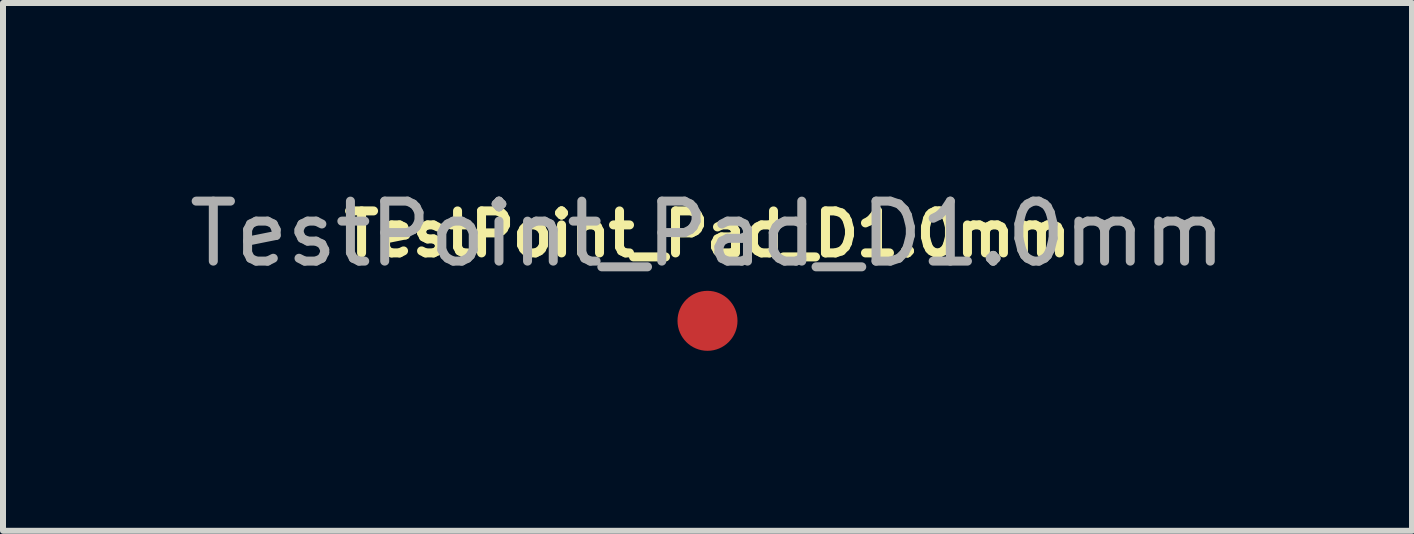
<source format=kicad_pcb>
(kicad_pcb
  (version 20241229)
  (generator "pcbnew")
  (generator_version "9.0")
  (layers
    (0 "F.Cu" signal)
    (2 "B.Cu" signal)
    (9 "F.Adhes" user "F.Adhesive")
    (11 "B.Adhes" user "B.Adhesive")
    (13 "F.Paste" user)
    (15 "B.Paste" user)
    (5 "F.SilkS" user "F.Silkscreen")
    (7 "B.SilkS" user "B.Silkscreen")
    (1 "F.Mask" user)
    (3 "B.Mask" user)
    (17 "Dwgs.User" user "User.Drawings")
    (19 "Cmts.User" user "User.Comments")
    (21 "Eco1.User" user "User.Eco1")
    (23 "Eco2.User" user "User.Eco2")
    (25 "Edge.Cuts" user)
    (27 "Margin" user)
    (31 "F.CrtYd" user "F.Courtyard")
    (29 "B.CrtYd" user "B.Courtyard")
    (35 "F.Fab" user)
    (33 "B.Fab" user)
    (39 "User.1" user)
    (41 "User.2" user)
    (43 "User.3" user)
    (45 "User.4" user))
  (footprint "TestPoint_Pad_D1.0mm"
    (layer "F.Cu")
    (at 8.744 2.298)
    (property "Reference" "TestPoint_Pad_D1.0mm" (at 0 -1.448 0) (layer "F.SilkS") (effects (font (size 0.7 0.7) (thickness 0.15))))
    (attr exclude_from_pos_files exclude_from_bom)
    (fp_text user "${REFERENCE}" (at 0 -1.45 0) (layer "F.Fab") (effects (font (size 1 1) (thickness 0.15))))
    (pad "1" smd circle (at 0 0) (size 1 1) (layers "F.Cu" "F.Mask")))
  (gr_rect
    (start -3 -3)
    (end 20.488 5.798)
    (stroke (width 0.1) (type default))
    (fill no)
    (layer "Edge.Cuts")))
</source>
